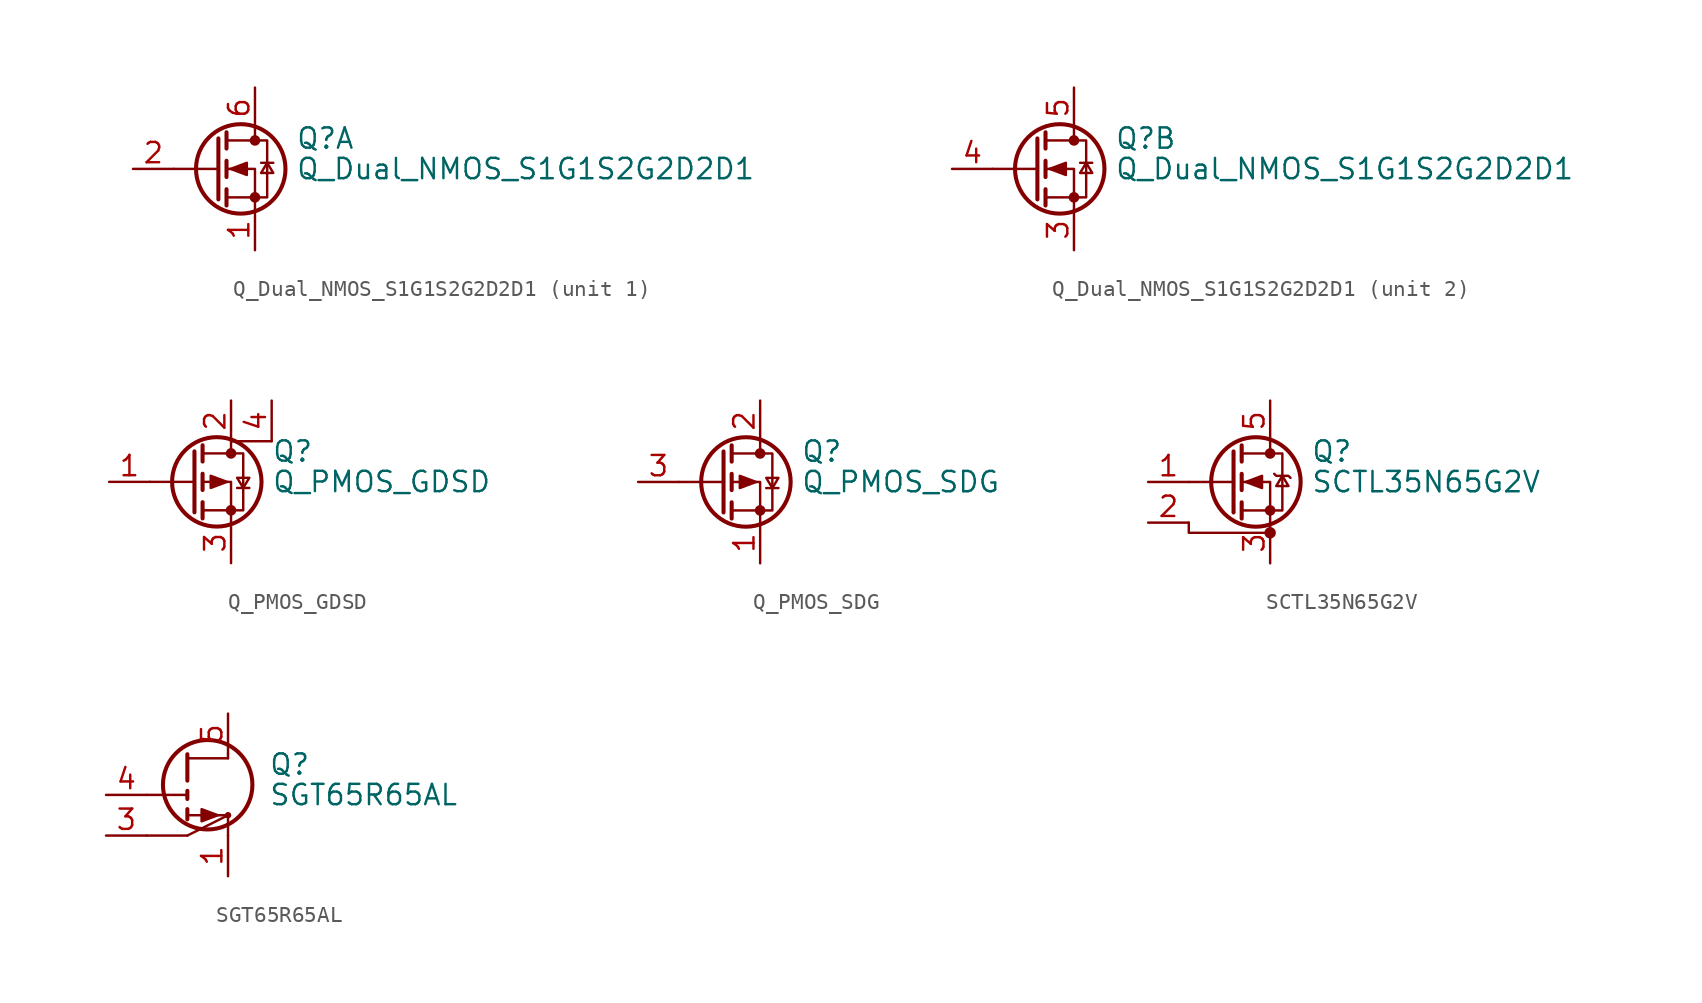
<source format=kicad_sym>
(kicad_symbol_lib
  (version 20241209)
  (generator "kicad_symbol_editor")
  (generator_version "9.0")
  (symbol "Q_Dual_NMOS_S1G1S2G2D2D1"
    (pin_names
      (offset 0)
      (hide yes))
    (property "Reference" "Q"
      (at 5.08 1.905 0)
      (effects (font (size 1.27 1.27)) (justify left)))
    (property "Value" "Q_Dual_NMOS_S1G1S2G2D2D1"
      (at 5.08 0 0)
      (effects (font (size 1.27 1.27)) (justify left)))
    (symbol "Q_Dual_NMOS_S1G1S2G2D2D1_0_1"
      (polyline (pts (xy 0.254 1.905) (xy 0.254 -1.905)) (stroke (width 0.254) (type default)) (fill (type none)))
      (polyline (pts (xy 0.254 0) (xy -2.54 0)) (stroke (width 0) (type default)) (fill (type none)))
      (polyline (pts (xy 0.762 2.286) (xy 0.762 1.27)) (stroke (width 0.254) (type default)) (fill (type none)))
      (polyline (pts (xy 0.762 0.508) (xy 0.762 -0.508)) (stroke (width 0.254) (type default)) (fill (type none)))
      (polyline (pts (xy 0.762 -1.27) (xy 0.762 -2.286)) (stroke (width 0.254) (type default)) (fill (type none)))
      (polyline (pts (xy 0.762 -1.778) (xy 3.302 -1.778) (xy 3.302 1.778) (xy 0.762 1.778)) (stroke (width 0) (type default)) (fill (type none)))
      (polyline (pts (xy 1.016 0) (xy 2.032 0.381) (xy 2.032 -0.381) (xy 1.016 0)) (stroke (width 0) (type default)) (fill (type outline)))
      (circle (center 1.651 0) (radius 2.794) (stroke (width 0.254) (type default)) (fill (type none)))
      (polyline (pts (xy 2.54 2.54) (xy 2.54 1.778)) (stroke (width 0) (type default)) (fill (type none)))
      (circle (center 2.54 1.778) (radius 0.254) (stroke (width 0) (type default)) (fill (type outline)))
      (circle (center 2.54 -1.778) (radius 0.254) (stroke (width 0) (type default)) (fill (type outline)))
      (polyline (pts (xy 2.54 -2.54) (xy 2.54 0) (xy 0.762 0)) (stroke (width 0) (type default)) (fill (type none)))
      (polyline (pts (xy 2.921 0.381) (xy 3.683 0.381)) (stroke (width 0) (type default)) (fill (type none)))
      (polyline (pts (xy 3.302 0.381) (xy 2.921 -0.254) (xy 3.683 -0.254) (xy 3.302 0.381)) (stroke (width 0) (type default)) (fill (type none))))
    (symbol "Q_Dual_NMOS_S1G1S2G2D2D1_1_1"
      (pin input line (at -5.08 0 0) (length 2.54) (name "G" (effects (font (size 1.27 1.27)))) (number "2" (effects (font (size 1.27 1.27)))))
      (pin passive line (at 2.54 5.08 270) (length 2.54) (name "D" (effects (font (size 1.27 1.27)))) (number "6" (effects (font (size 1.27 1.27)))))
      (pin passive line (at 2.54 -5.08 90) (length 2.54) (name "S" (effects (font (size 1.27 1.27)))) (number "1" (effects (font (size 1.27 1.27))))))
    (symbol "Q_Dual_NMOS_S1G1S2G2D2D1_2_1"
      (pin input line (at -5.08 0 0) (length 2.54) (name "G" (effects (font (size 1.27 1.27)))) (number "4" (effects (font (size 1.27 1.27)))))
      (pin passive line (at 2.54 5.08 270) (length 2.54) (name "D" (effects (font (size 1.27 1.27)))) (number "5" (effects (font (size 1.27 1.27)))))
      (pin passive line (at 2.54 -5.08 90) (length 2.54) (name "S" (effects (font (size 1.27 1.27)))) (number "3" (effects (font (size 1.27 1.27)))))))
  (symbol "Q_PMOS_GDSD"
    (pin_names
      (offset 0)
      (hide yes))
    (property "Reference" "Q"
      (at 5.08 1.905 0)
      (effects (font (size 1.27 1.27)) (justify left)))
    (property "Value" "Q_PMOS_GDSD"
      (at 5.08 0 0)
      (effects (font (size 1.27 1.27)) (justify left)))
    (symbol "Q_PMOS_GDSD_0_1"
      (polyline (pts (xy 0.254 1.905) (xy 0.254 -1.905)) (stroke (width 0.254) (type default)) (fill (type none)))
      (polyline (pts (xy 0.254 0) (xy -2.54 0)) (stroke (width 0) (type default)) (fill (type none)))
      (polyline (pts (xy 0.762 2.286) (xy 0.762 1.27)) (stroke (width 0.254) (type default)) (fill (type none)))
      (polyline (pts (xy 0.762 1.778) (xy 3.302 1.778) (xy 3.302 -1.778) (xy 0.762 -1.778)) (stroke (width 0) (type default)) (fill (type none)))
      (polyline (pts (xy 0.762 0.508) (xy 0.762 -0.508)) (stroke (width 0.254) (type default)) (fill (type none)))
      (polyline (pts (xy 0.762 -1.27) (xy 0.762 -2.286)) (stroke (width 0.254) (type default)) (fill (type none)))
      (circle (center 1.651 0) (radius 2.794) (stroke (width 0.254) (type default)) (fill (type none)))
      (polyline (pts (xy 2.286 0) (xy 1.27 0.381) (xy 1.27 -0.381) (xy 2.286 0)) (stroke (width 0) (type default)) (fill (type outline)))
      (circle (center 2.54 1.778) (radius 0.254) (stroke (width 0) (type default)) (fill (type outline)))
      (circle (center 2.54 -1.778) (radius 0.254) (stroke (width 0) (type default)) (fill (type outline)))
      (polyline (pts (xy 2.54 -2.54) (xy 2.54 0) (xy 0.762 0)) (stroke (width 0) (type default)) (fill (type none)))
      (polyline (pts (xy 2.921 -0.381) (xy 3.683 -0.381)) (stroke (width 0) (type default)) (fill (type none)))
      (polyline (pts (xy 3.302 -0.381) (xy 2.921 0.254) (xy 3.683 0.254) (xy 3.302 -0.381)) (stroke (width 0) (type default)) (fill (type none)))
      (polyline (pts (xy 5.08 2.54) (xy 2.54 2.54) (xy 2.54 1.778)) (stroke (width 0) (type default)) (fill (type none))))
    (symbol "Q_PMOS_GDSD_1_1"
      (pin input line (at -5.08 0 0) (length 2.54) (name "G" (effects (font (size 1.27 1.27)))) (number "1" (effects (font (size 1.27 1.27)))))
      (pin passive line (at 2.54 5.08 270) (length 2.54) (name "D" (effects (font (size 1.27 1.27)))) (number "2" (effects (font (size 1.27 1.27)))))
      (pin passive line (at 2.54 -5.08 90) (length 2.54) (name "S" (effects (font (size 1.27 1.27)))) (number "3" (effects (font (size 1.27 1.27)))))
      (pin passive line (at 5.08 5.08 270) (length 2.54) (name "D" (effects (font (size 1.27 1.27)))) (number "4" (effects (font (size 1.27 1.27)))))))
  (symbol "Q_PMOS_SDG"
    (pin_names
      (offset 0)
      (hide yes))
    (property "Reference" "Q"
      (at 5.08 1.905 0)
      (effects (font (size 1.27 1.27)) (justify left)))
    (property "Value" "Q_PMOS_SDG"
      (at 5.08 0 0)
      (effects (font (size 1.27 1.27)) (justify left)))
    (symbol "Q_PMOS_SDG_0_1"
      (polyline (pts (xy 0.254 1.905) (xy 0.254 -1.905)) (stroke (width 0.254) (type default)) (fill (type none)))
      (polyline (pts (xy 0.254 0) (xy -2.54 0)) (stroke (width 0) (type default)) (fill (type none)))
      (polyline (pts (xy 0.762 2.286) (xy 0.762 1.27)) (stroke (width 0.254) (type default)) (fill (type none)))
      (polyline (pts (xy 0.762 1.778) (xy 3.302 1.778) (xy 3.302 -1.778) (xy 0.762 -1.778)) (stroke (width 0) (type default)) (fill (type none)))
      (polyline (pts (xy 0.762 0.508) (xy 0.762 -0.508)) (stroke (width 0.254) (type default)) (fill (type none)))
      (polyline (pts (xy 0.762 -1.27) (xy 0.762 -2.286)) (stroke (width 0.254) (type default)) (fill (type none)))
      (circle (center 1.651 0) (radius 2.794) (stroke (width 0.254) (type default)) (fill (type none)))
      (polyline (pts (xy 2.286 0) (xy 1.27 0.381) (xy 1.27 -0.381) (xy 2.286 0)) (stroke (width 0) (type default)) (fill (type outline)))
      (polyline (pts (xy 2.54 2.54) (xy 2.54 1.778)) (stroke (width 0) (type default)) (fill (type none)))
      (circle (center 2.54 1.778) (radius 0.254) (stroke (width 0) (type default)) (fill (type outline)))
      (circle (center 2.54 -1.778) (radius 0.254) (stroke (width 0) (type default)) (fill (type outline)))
      (polyline (pts (xy 2.54 -2.54) (xy 2.54 0) (xy 0.762 0)) (stroke (width 0) (type default)) (fill (type none)))
      (polyline (pts (xy 2.921 -0.381) (xy 3.683 -0.381)) (stroke (width 0) (type default)) (fill (type none)))
      (polyline (pts (xy 3.302 -0.381) (xy 2.921 0.254) (xy 3.683 0.254) (xy 3.302 -0.381)) (stroke (width 0) (type default)) (fill (type none))))
    (symbol "Q_PMOS_SDG_1_1"
      (pin input line (at -5.08 0 0) (length 2.54) (name "G" (effects (font (size 1.27 1.27)))) (number "3" (effects (font (size 1.27 1.27)))))
      (pin passive line (at 2.54 5.08 270) (length 2.54) (name "D" (effects (font (size 1.27 1.27)))) (number "2" (effects (font (size 1.27 1.27)))))
      (pin passive line (at 2.54 -5.08 90) (length 2.54) (name "S" (effects (font (size 1.27 1.27)))) (number "1" (effects (font (size 1.27 1.27)))))))
  (symbol "SCTL35N65G2V"
    (pin_names
      (hide yes))
    (property "Reference" "Q"
      (at 5.08 1.905 0)
      (effects (font (size 1.27 1.27)) (justify left)))
    (property "Value" "SCTL35N65G2V"
      (at 5.08 0 0)
      (effects (font (size 1.27 1.27)) (justify left)))
    (symbol "SCTL35N65G2V_0_1"
      (polyline (pts (xy -2.54 -2.54) (xy -2.54 -3.175) (xy 2.54 -3.175)) (stroke (width 0) (type default)) (fill (type none)))
      (polyline (pts (xy 0.254 1.905) (xy 0.254 -1.905)) (stroke (width 0.254) (type default)) (fill (type none)))
      (polyline (pts (xy 0.254 0) (xy -2.54 0)) (stroke (width 0) (type default)) (fill (type none)))
      (polyline (pts (xy 0.762 2.286) (xy 0.762 1.27)) (stroke (width 0.254) (type default)) (fill (type none)))
      (polyline (pts (xy 0.762 0.508) (xy 0.762 -0.508)) (stroke (width 0.254) (type default)) (fill (type none)))
      (polyline (pts (xy 0.762 -1.27) (xy 0.762 -2.286)) (stroke (width 0.254) (type default)) (fill (type none)))
      (polyline (pts (xy 0.762 -1.778) (xy 3.302 -1.778) (xy 3.302 1.778) (xy 0.762 1.778)) (stroke (width 0) (type default)) (fill (type none)))
      (polyline (pts (xy 1.016 0) (xy 2.032 0.381) (xy 2.032 -0.381) (xy 1.016 0)) (stroke (width 0) (type default)) (fill (type outline)))
      (circle (center 1.651 0) (radius 2.794) (stroke (width 0.254) (type default)) (fill (type none)))
      (polyline (pts (xy 2.54 2.54) (xy 2.54 1.778)) (stroke (width 0) (type default)) (fill (type none)))
      (circle (center 2.54 1.778) (radius 0.254) (stroke (width 0) (type default)) (fill (type outline)))
      (circle (center 2.54 -1.778) (radius 0.254) (stroke (width 0) (type default)) (fill (type outline)))
      (polyline (pts (xy 2.54 -2.54) (xy 2.54 0) (xy 0.762 0)) (stroke (width 0) (type default)) (fill (type none)))
      (circle (center 2.54 -3.175) (radius 0.279) (stroke (width 0) (type default)) (fill (type outline)))
      (polyline (pts (xy 2.794 0.508) (xy 2.921 0.381) (xy 3.683 0.381) (xy 3.81 0.254)) (stroke (width 0) (type default)) (fill (type none)))
      (polyline (pts (xy 3.302 0.381) (xy 2.921 -0.254) (xy 3.683 -0.254) (xy 3.302 0.381)) (stroke (width 0) (type default)) (fill (type none))))
    (symbol "SCTL35N65G2V_1_1"
      (pin input line (at -5.08 0 0) (length 2.54) (name "G" (effects (font (size 1.27 1.27)))) (number "1" (effects (font (size 1.27 1.27)))))
      (pin passive line (at -5.08 -2.54 0) (length 2.54) (name "DS" (effects (font (size 1.27 1.27)))) (number "2" (effects (font (size 1.27 1.27)))))
      (pin passive line (at 2.54 5.08 270) (length 2.54) (name "D" (effects (font (size 1.27 1.27)))) (number "5" (effects (font (size 1.27 1.27)))))
      (pin passive line (at 2.54 -5.08 90) (length 2.54) (name "S" (effects (font (size 1.27 1.27)))) (number "3" (effects (font (size 1.27 1.27)))))
      (pin passive line (at 2.54 -5.08 90) (length 2.54) (hide yes) (name "S" (effects (font (size 1.27 1.27)))) (number "4" (effects (font (size 1.27 1.27)))))))
  (symbol "SGT65R65AL"
    (pin_names
      (offset 0)
      (hide yes))
    (property "Reference" "Q"
      (at 5.08 1.905 0)
      (effects (font (size 1.27 1.27)) (justify left)))
    (property "Value" "SGT65R65AL"
      (at 5.08 0 0)
      (effects (font (size 1.27 1.27)) (justify left)))
    (symbol "SGT65R65AL_0_1"
      (polyline (pts (xy -2.54 -2.54) (xy 0 -2.54)) (stroke (width 0) (type default)) (fill (type none)))
      (polyline (pts (xy 0 2.286) (xy 2.54 2.286)) (stroke (width 0) (type default)) (fill (type none)))
      (polyline (pts (xy 0 0) (xy -2.54 0)) (stroke (width 0) (type default)) (fill (type none)))
      (polyline (pts (xy 0 -2.54) (xy 2.54 -1.27)) (stroke (width 0) (type default)) (fill (type none)))
      (circle (center 1.27 0.635) (radius 2.794) (stroke (width 0.254) (type default)) (fill (type none)))
      (polyline (pts (xy 1.905 -1.27) (xy 0.889 -0.889) (xy 0.889 -1.651) (xy 1.905 -1.27)) (stroke (width 0) (type default)) (fill (type outline)))
      (polyline (pts (xy 2.54 2.286) (xy 2.54 2.54)) (stroke (width 0) (type default)) (fill (type none)))
      (polyline (pts (xy 2.54 -1.27) (xy 0 -1.27)) (stroke (width 0) (type default)) (fill (type none)))
      (circle (center 2.54 -1.27) (radius 0.127) (stroke (width 0) (type default)) (fill (type none)))
      (polyline (pts (xy 2.54 -2.54) (xy 2.54 -1.27)) (stroke (width 0) (type default)) (fill (type none))))
    (symbol "SGT65R65AL_1_1"
      (polyline (pts (xy 0 0.889) (xy 0 2.54)) (stroke (width 0.254) (type default)) (fill (type none)))
      (polyline (pts (xy 0 0.254) (xy 0 -0.254)) (stroke (width 0.254) (type default)) (fill (type none)))
      (polyline (pts (xy 0 -0.889) (xy 0 -1.524)) (stroke (width 0.254) (type default)) (fill (type none)))
      (pin input line (at -5.08 0 0) (length 2.54) (name "G" (effects (font (size 1.27 1.27)))) (number "4" (effects (font (size 1.27 1.27)))))
      (pin passive line (at -5.08 -2.54 0) (length 2.54) (name "KS" (effects (font (size 1.27 1.27)))) (number "3" (effects (font (size 1.27 1.27)))))
      (pin passive line (at 2.54 5.08 270) (length 2.54) (name "D" (effects (font (size 1.27 1.27)))) (number "5" (effects (font (size 1.27 1.27)))))
      (pin passive line (at 2.54 5.08 270) (length 2.54) (hide yes) (name "D" (effects (font (size 1.27 1.27)))) (number "6" (effects (font (size 1.27 1.27)))))
      (pin passive line (at 2.54 5.08 270) (length 2.54) (hide yes) (name "D" (effects (font (size 1.27 1.27)))) (number "7" (effects (font (size 1.27 1.27)))))
      (pin passive line (at 2.54 5.08 270) (length 2.54) (hide yes) (name "D" (effects (font (size 1.27 1.27)))) (number "8" (effects (font (size 1.27 1.27)))))
      (pin passive line (at 2.54 -5.08 90) (length 2.54) (name "S" (effects (font (size 1.27 1.27)))) (number "1" (effects (font (size 1.27 1.27)))))
      (pin passive line (at 2.54 -5.08 90) (length 2.54) (hide yes) (name "S" (effects (font (size 1.27 1.27)))) (number "2" (effects (font (size 1.27 1.27))))))))
</source>
